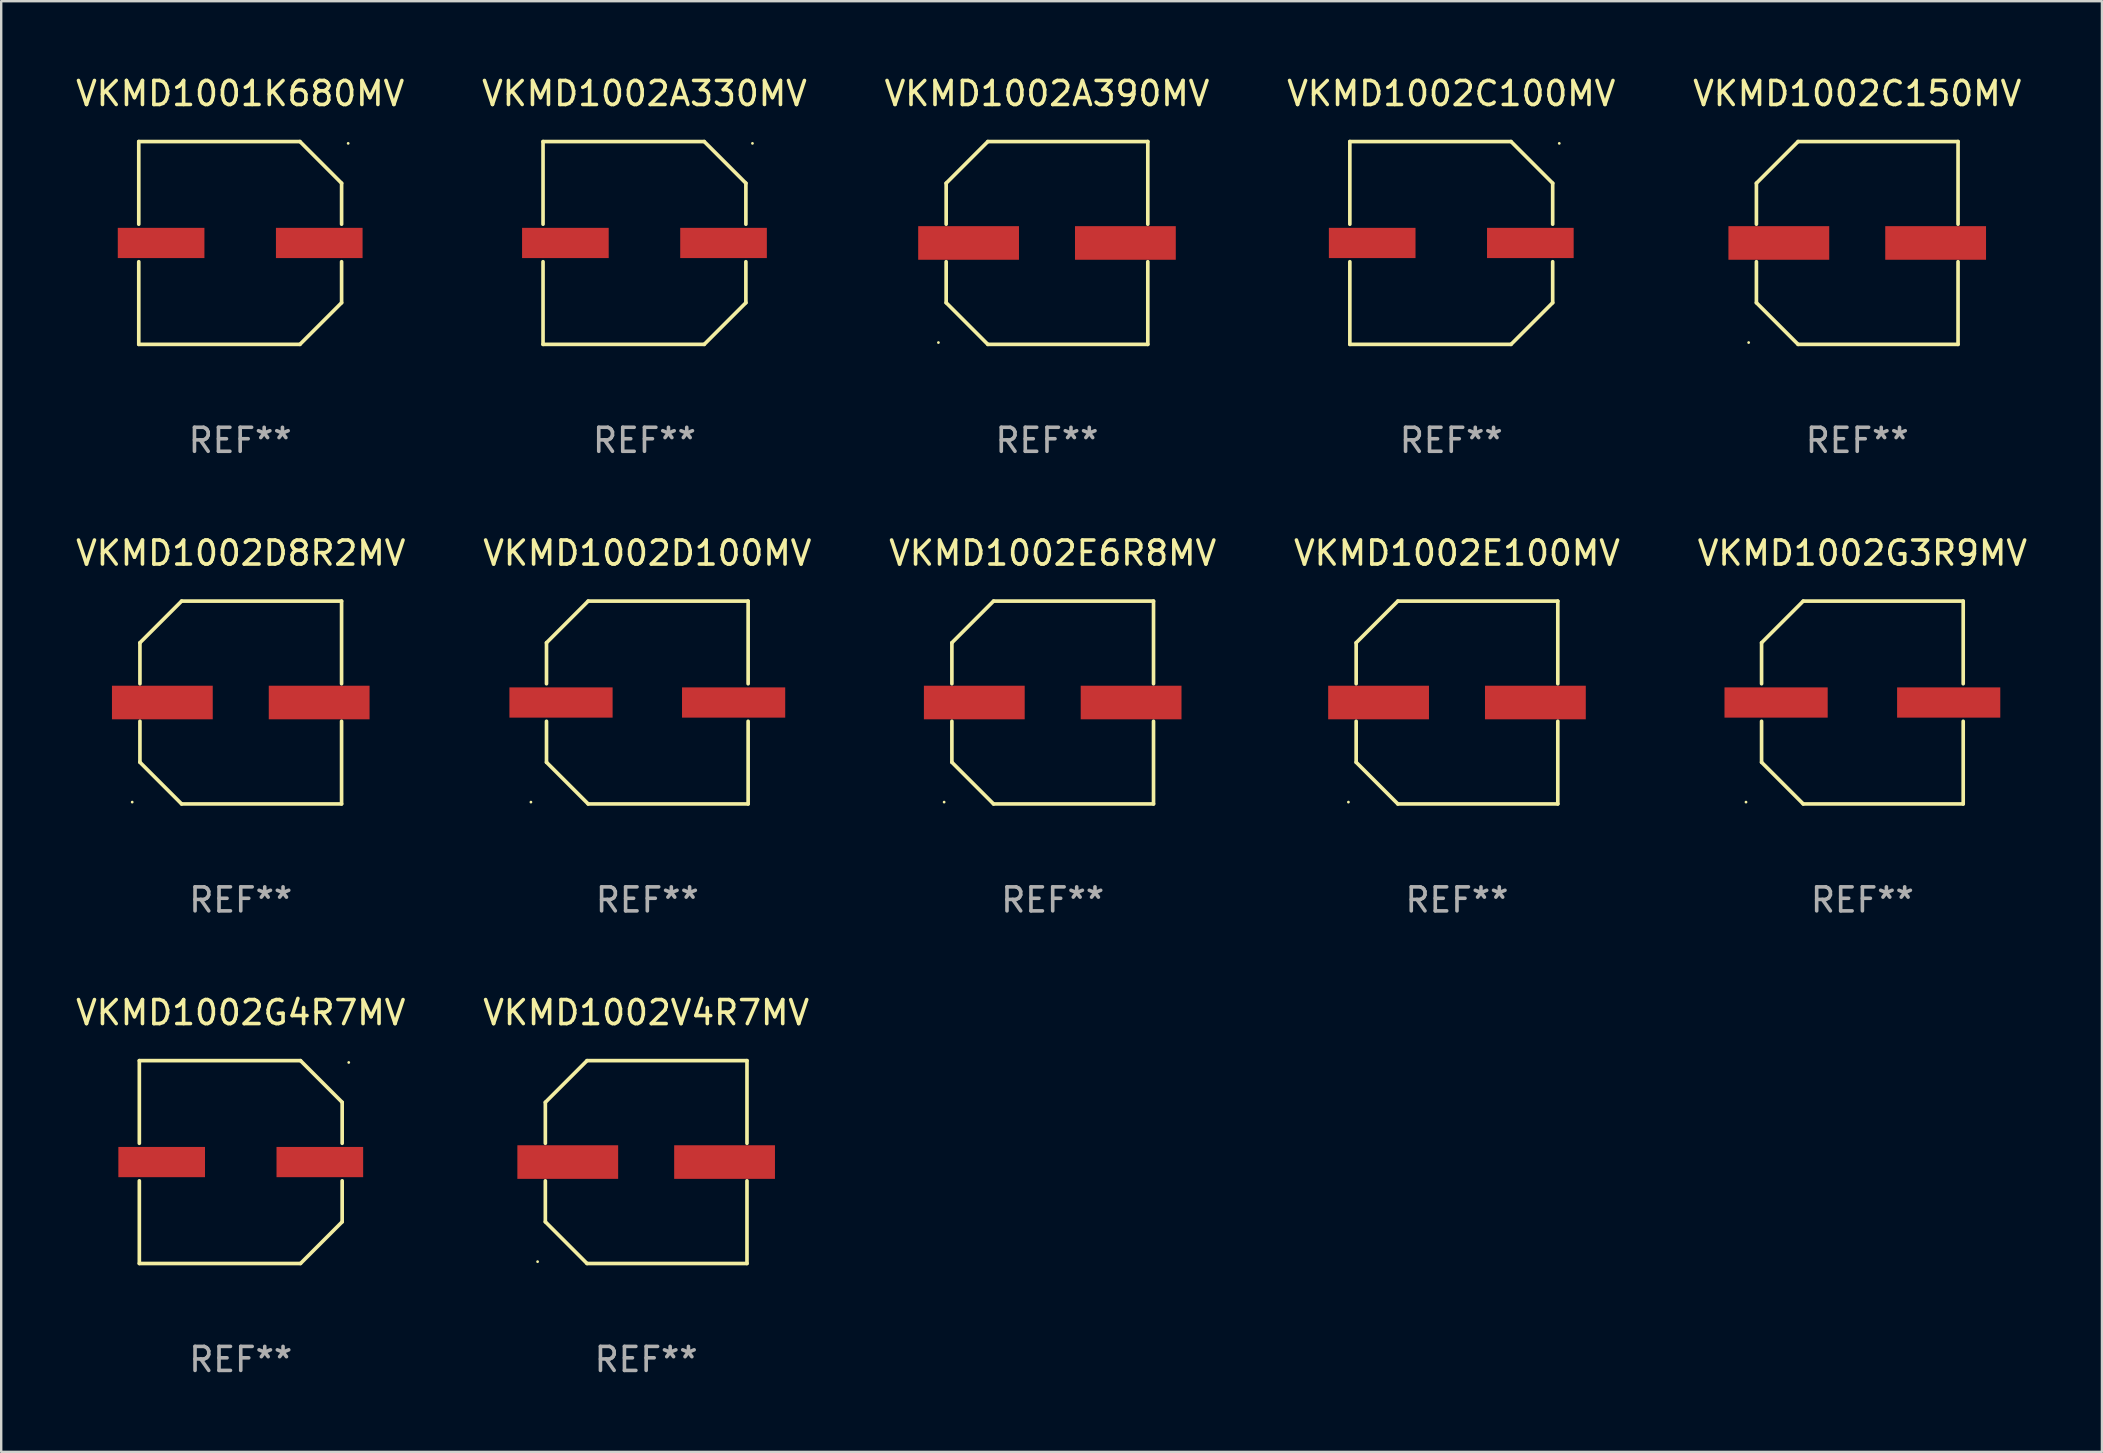
<source format=kicad_pcb>
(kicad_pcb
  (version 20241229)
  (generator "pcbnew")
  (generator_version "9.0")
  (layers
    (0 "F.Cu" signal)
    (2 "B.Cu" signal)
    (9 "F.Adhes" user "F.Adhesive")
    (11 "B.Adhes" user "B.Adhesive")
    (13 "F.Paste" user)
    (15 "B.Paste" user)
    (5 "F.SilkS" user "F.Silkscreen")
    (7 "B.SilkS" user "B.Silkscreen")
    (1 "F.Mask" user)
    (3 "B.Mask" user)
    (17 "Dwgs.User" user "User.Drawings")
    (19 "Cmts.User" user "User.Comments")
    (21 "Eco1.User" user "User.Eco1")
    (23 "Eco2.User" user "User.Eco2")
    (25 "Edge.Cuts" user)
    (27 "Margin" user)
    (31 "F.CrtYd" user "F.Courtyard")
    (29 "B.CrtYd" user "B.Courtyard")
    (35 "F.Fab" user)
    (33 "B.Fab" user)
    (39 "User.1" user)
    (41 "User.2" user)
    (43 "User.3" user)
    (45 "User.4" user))
  (footprint "VKMD1002A330MV"
    (layer "F.Cu")
    (at 23.804 7.074)
    (property "Reference" "VKMD1002A330MV" (at 0 -6.226 0) (layer "F.SilkS") (effects (font (size 1 1) (thickness 0.15))))
    (attr through_hole)
    (fp_line (start -4.226 -4.226) (end 2.49 -4.226) (stroke (width 0.152) (type solid)) (layer "F.SilkS"))
    (fp_line (start -4.226 -0.782) (end -4.226 -4.226) (stroke (width 0.152) (type solid)) (layer "F.SilkS"))
    (fp_line (start -4.226 0.782) (end -4.226 4.226) (stroke (width 0.152) (type solid)) (layer "F.SilkS"))
    (fp_line (start -4.226 4.226) (end 2.49 4.226) (stroke (width 0.152) (type solid)) (layer "F.SilkS"))
    (fp_line (start 2.49 -4.226) (end 4.226 -2.49) (stroke (width 0.152) (type solid)) (layer "F.SilkS"))
    (fp_line (start 2.49 4.226) (end 4.226 2.49) (stroke (width 0.152) (type solid)) (layer "F.SilkS"))
    (fp_line (start 4.226 -2.49) (end 4.226 -0.782) (stroke (width 0.152) (type solid)) (layer "F.SilkS"))
    (fp_line (start 4.226 2.49) (end 4.226 0.782) (stroke (width 0.152) (type solid)) (layer "F.SilkS"))
    (fp_circle (center 4.5 -4.15) (end 4.53 -4.15) (stroke (width 0.06) (type solid)) (fill no) (layer "F.SilkS"))
    (fp_text user "REF**" (at 0 8.226 0) (layer "F.Fab") (effects (font (size 1 1) (thickness 0.15))))
    (pad "1" smd rect (at 3.295 0 180) (size 3.61 1.26) (layers "F.Cu" "F.Mask" "F.Paste"))
    (pad "2" smd rect (at -3.295 0 180) (size 3.61 1.26) (layers "F.Cu" "F.Mask" "F.Paste")))
  (footprint "VKMD1001K680MV"
    (layer "F.Cu")
    (at 6.958 7.074)
    (property "Reference" "VKMD1001K680MV" (at 0 -6.226 0) (layer "F.SilkS") (effects (font (size 1 1) (thickness 0.15))))
    (attr through_hole)
    (fp_line (start -4.226 -4.226) (end 2.49 -4.226) (stroke (width 0.152) (type solid)) (layer "F.SilkS"))
    (fp_line (start -4.226 -0.782) (end -4.226 -4.226) (stroke (width 0.152) (type solid)) (layer "F.SilkS"))
    (fp_line (start -4.226 0.782) (end -4.226 4.226) (stroke (width 0.152) (type solid)) (layer "F.SilkS"))
    (fp_line (start -4.226 4.226) (end 2.49 4.226) (stroke (width 0.152) (type solid)) (layer "F.SilkS"))
    (fp_line (start 2.49 -4.226) (end 4.226 -2.49) (stroke (width 0.152) (type solid)) (layer "F.SilkS"))
    (fp_line (start 2.49 4.226) (end 4.226 2.49) (stroke (width 0.152) (type solid)) (layer "F.SilkS"))
    (fp_line (start 4.226 -2.49) (end 4.226 -0.782) (stroke (width 0.152) (type solid)) (layer "F.SilkS"))
    (fp_line (start 4.226 2.49) (end 4.226 0.782) (stroke (width 0.152) (type solid)) (layer "F.SilkS"))
    (fp_circle (center 4.5 -4.15) (end 4.53 -4.15) (stroke (width 0.06) (type solid)) (fill no) (layer "F.SilkS"))
    (fp_text user "REF**" (at 0 8.226 0) (layer "F.Fab") (effects (font (size 1 1) (thickness 0.15))))
    (pad "1" smd rect (at 3.295 0 180) (size 3.61 1.26) (layers "F.Cu" "F.Mask" "F.Paste"))
    (pad "2" smd rect (at -3.295 0 180) (size 3.61 1.26) (layers "F.Cu" "F.Mask" "F.Paste")))
  (footprint "VKMD1002G4R7MV"
    (layer "F.Cu")
    (at 6.982 45.372)
    (property "Reference" "VKMD1002G4R7MV" (at 0 -6.226 0) (layer "F.SilkS") (effects (font (size 1 1) (thickness 0.15))))
    (attr through_hole)
    (fp_line (start -4.226 -4.226) (end 2.49 -4.226) (stroke (width 0.152) (type solid)) (layer "F.SilkS"))
    (fp_line (start -4.226 -0.782) (end -4.226 -4.226) (stroke (width 0.152) (type solid)) (layer "F.SilkS"))
    (fp_line (start -4.226 0.782) (end -4.226 4.226) (stroke (width 0.152) (type solid)) (layer "F.SilkS"))
    (fp_line (start -4.226 4.226) (end 2.49 4.226) (stroke (width 0.152) (type solid)) (layer "F.SilkS"))
    (fp_line (start 2.49 -4.226) (end 4.226 -2.49) (stroke (width 0.152) (type solid)) (layer "F.SilkS"))
    (fp_line (start 2.49 4.226) (end 4.226 2.49) (stroke (width 0.152) (type solid)) (layer "F.SilkS"))
    (fp_line (start 4.226 -2.49) (end 4.226 -0.782) (stroke (width 0.152) (type solid)) (layer "F.SilkS"))
    (fp_line (start 4.226 2.49) (end 4.226 0.782) (stroke (width 0.152) (type solid)) (layer "F.SilkS"))
    (fp_circle (center 4.5 -4.15) (end 4.53 -4.15) (stroke (width 0.06) (type solid)) (fill no) (layer "F.SilkS"))
    (fp_text user "REF**" (at 0 8.226 0) (layer "F.Fab") (effects (font (size 1 1) (thickness 0.15))))
    (pad "1" smd rect (at 3.295 0 180) (size 3.61 1.26) (layers "F.Cu" "F.Mask" "F.Paste"))
    (pad "2" smd rect (at -3.295 0 180) (size 3.61 1.26) (layers "F.Cu" "F.Mask" "F.Paste")))
  (footprint "VKMD1002E6R8MV"
    (layer "F.Cu")
    (at 40.815 26.223)
    (property "Reference" "VKMD1002E6R8MV" (at 0 -6.226 0) (layer "F.SilkS") (effects (font (size 1 1) (thickness 0.15))))
    (attr through_hole)
    (fp_line (start -4.201 -2.49) (end -4.201 -0.782) (stroke (width 0.152) (type solid)) (layer "F.SilkS"))
    (fp_line (start -4.201 2.49) (end -4.201 0.782) (stroke (width 0.152) (type solid)) (layer "F.SilkS"))
    (fp_line (start -2.465 -4.226) (end -4.201 -2.49) (stroke (width 0.152) (type solid)) (layer "F.SilkS"))
    (fp_line (start -2.465 4.226) (end -4.201 2.49) (stroke (width 0.152) (type solid)) (layer "F.SilkS"))
    (fp_line (start 4.201 -4.226) (end -2.465 -4.226) (stroke (width 0.152) (type solid)) (layer "F.SilkS"))
    (fp_line (start 4.201 -0.782) (end 4.201 -4.226) (stroke (width 0.152) (type solid)) (layer "F.SilkS"))
    (fp_line (start 4.201 0.782) (end 4.201 4.226) (stroke (width 0.152) (type solid)) (layer "F.SilkS"))
    (fp_line (start 4.201 4.226) (end -2.465 4.226) (stroke (width 0.152) (type solid)) (layer "F.SilkS"))
    (fp_circle (center -4.524 4.15) (end -4.494 4.15) (stroke (width 0.06) (type solid)) (fill no) (layer "F.SilkS"))
    (fp_text user "REF**" (at 0 8.226 0) (layer "F.Fab") (effects (font (size 1 1) (thickness 0.15))))
    (pad "1" smd rect (at -3.267 0) (size 4.2 1.4) (layers "F.Cu" "F.Mask" "F.Paste"))
    (pad "2" smd rect (at 3.267 0) (size 4.2 1.4) (layers "F.Cu" "F.Mask" "F.Paste")))
  (footprint "VKMD1002D8R2MV"
    (layer "F.Cu")
    (at 6.982 26.223)
    (property "Reference" "VKMD1002D8R2MV" (at 0 -6.226 0) (layer "F.SilkS") (effects (font (size 1 1) (thickness 0.15))))
    (attr through_hole)
    (fp_line (start -4.201 -2.49) (end -4.201 -0.782) (stroke (width 0.152) (type solid)) (layer "F.SilkS"))
    (fp_line (start -4.201 2.49) (end -4.201 0.782) (stroke (width 0.152) (type solid)) (layer "F.SilkS"))
    (fp_line (start -2.465 -4.226) (end -4.201 -2.49) (stroke (width 0.152) (type solid)) (layer "F.SilkS"))
    (fp_line (start -2.465 4.226) (end -4.201 2.49) (stroke (width 0.152) (type solid)) (layer "F.SilkS"))
    (fp_line (start 4.201 -4.226) (end -2.465 -4.226) (stroke (width 0.152) (type solid)) (layer "F.SilkS"))
    (fp_line (start 4.201 -0.782) (end 4.201 -4.226) (stroke (width 0.152) (type solid)) (layer "F.SilkS"))
    (fp_line (start 4.201 0.782) (end 4.201 4.226) (stroke (width 0.152) (type solid)) (layer "F.SilkS"))
    (fp_line (start 4.201 4.226) (end -2.465 4.226) (stroke (width 0.152) (type solid)) (layer "F.SilkS"))
    (fp_circle (center -4.524 4.15) (end -4.494 4.15) (stroke (width 0.06) (type solid)) (fill no) (layer "F.SilkS"))
    (fp_text user "REF**" (at 0 8.226 0) (layer "F.Fab") (effects (font (size 1 1) (thickness 0.15))))
    (pad "1" smd rect (at -3.267 0) (size 4.2 1.4) (layers "F.Cu" "F.Mask" "F.Paste"))
    (pad "2" smd rect (at 3.267 0) (size 4.2 1.4) (layers "F.Cu" "F.Mask" "F.Paste")))
  (footprint "VKMD1002C150MV"
    (layer "F.Cu")
    (at 74.339 7.074)
    (property "Reference" "VKMD1002C150MV" (at 0 -6.226 0) (layer "F.SilkS") (effects (font (size 1 1) (thickness 0.15))))
    (attr through_hole)
    (fp_line (start -4.201 -2.49) (end -4.201 -0.782) (stroke (width 0.152) (type solid)) (layer "F.SilkS"))
    (fp_line (start -4.201 2.49) (end -4.201 0.782) (stroke (width 0.152) (type solid)) (layer "F.SilkS"))
    (fp_line (start -2.465 -4.226) (end -4.201 -2.49) (stroke (width 0.152) (type solid)) (layer "F.SilkS"))
    (fp_line (start -2.465 4.226) (end -4.201 2.49) (stroke (width 0.152) (type solid)) (layer "F.SilkS"))
    (fp_line (start 4.201 -4.226) (end -2.465 -4.226) (stroke (width 0.152) (type solid)) (layer "F.SilkS"))
    (fp_line (start 4.201 -0.782) (end 4.201 -4.226) (stroke (width 0.152) (type solid)) (layer "F.SilkS"))
    (fp_line (start 4.201 0.782) (end 4.201 4.226) (stroke (width 0.152) (type solid)) (layer "F.SilkS"))
    (fp_line (start 4.201 4.226) (end -2.465 4.226) (stroke (width 0.152) (type solid)) (layer "F.SilkS"))
    (fp_circle (center -4.524 4.15) (end -4.494 4.15) (stroke (width 0.06) (type solid)) (fill no) (layer "F.SilkS"))
    (fp_text user "REF**" (at 0 8.226 0) (layer "F.Fab") (effects (font (size 1 1) (thickness 0.15))))
    (pad "1" smd rect (at -3.267 0) (size 4.2 1.4) (layers "F.Cu" "F.Mask" "F.Paste"))
    (pad "2" smd rect (at 3.267 0) (size 4.2 1.4) (layers "F.Cu" "F.Mask" "F.Paste")))
  (footprint "VKMD1002A390MV"
    (layer "F.Cu")
    (at 40.577 7.074)
    (property "Reference" "VKMD1002A390MV" (at 0 -6.226 0) (layer "F.SilkS") (effects (font (size 1 1) (thickness 0.15))))
    (attr through_hole)
    (fp_line (start -4.201 -2.49) (end -4.201 -0.782) (stroke (width 0.152) (type solid)) (layer "F.SilkS"))
    (fp_line (start -4.201 2.49) (end -4.201 0.782) (stroke (width 0.152) (type solid)) (layer "F.SilkS"))
    (fp_line (start -2.465 -4.226) (end -4.201 -2.49) (stroke (width 0.152) (type solid)) (layer "F.SilkS"))
    (fp_line (start -2.465 4.226) (end -4.201 2.49) (stroke (width 0.152) (type solid)) (layer "F.SilkS"))
    (fp_line (start 4.201 -4.226) (end -2.465 -4.226) (stroke (width 0.152) (type solid)) (layer "F.SilkS"))
    (fp_line (start 4.201 -0.782) (end 4.201 -4.226) (stroke (width 0.152) (type solid)) (layer "F.SilkS"))
    (fp_line (start 4.201 0.782) (end 4.201 4.226) (stroke (width 0.152) (type solid)) (layer "F.SilkS"))
    (fp_line (start 4.201 4.226) (end -2.465 4.226) (stroke (width 0.152) (type solid)) (layer "F.SilkS"))
    (fp_circle (center -4.524 4.15) (end -4.494 4.15) (stroke (width 0.06) (type solid)) (fill no) (layer "F.SilkS"))
    (fp_text user "REF**" (at 0 8.226 0) (layer "F.Fab") (effects (font (size 1 1) (thickness 0.15))))
    (pad "1" smd rect (at -3.267 0) (size 4.2 1.4) (layers "F.Cu" "F.Mask" "F.Paste"))
    (pad "2" smd rect (at 3.267 0) (size 4.2 1.4) (layers "F.Cu" "F.Mask" "F.Paste")))
  (footprint "VKMD1002C100MV"
    (layer "F.Cu")
    (at 57.423 7.074)
    (property "Reference" "VKMD1002C100MV" (at 0 -6.226 0) (layer "F.SilkS") (effects (font (size 1 1) (thickness 0.15))))
    (attr through_hole)
    (fp_line (start -4.226 -4.226) (end 2.49 -4.226) (stroke (width 0.152) (type solid)) (layer "F.SilkS"))
    (fp_line (start -4.226 -0.782) (end -4.226 -4.226) (stroke (width 0.152) (type solid)) (layer "F.SilkS"))
    (fp_line (start -4.226 0.782) (end -4.226 4.226) (stroke (width 0.152) (type solid)) (layer "F.SilkS"))
    (fp_line (start -4.226 4.226) (end 2.49 4.226) (stroke (width 0.152) (type solid)) (layer "F.SilkS"))
    (fp_line (start 2.49 -4.226) (end 4.226 -2.49) (stroke (width 0.152) (type solid)) (layer "F.SilkS"))
    (fp_line (start 2.49 4.226) (end 4.226 2.49) (stroke (width 0.152) (type solid)) (layer "F.SilkS"))
    (fp_line (start 4.226 -2.49) (end 4.226 -0.782) (stroke (width 0.152) (type solid)) (layer "F.SilkS"))
    (fp_line (start 4.226 2.49) (end 4.226 0.782) (stroke (width 0.152) (type solid)) (layer "F.SilkS"))
    (fp_circle (center 4.5 -4.15) (end 4.53 -4.15) (stroke (width 0.06) (type solid)) (fill no) (layer "F.SilkS"))
    (fp_text user "REF**" (at 0 8.226 0) (layer "F.Fab") (effects (font (size 1 1) (thickness 0.15))))
    (pad "1" smd rect (at 3.295 0 180) (size 3.61 1.26) (layers "F.Cu" "F.Mask" "F.Paste"))
    (pad "2" smd rect (at -3.295 0 180) (size 3.61 1.26) (layers "F.Cu" "F.Mask" "F.Paste")))
  (footprint "VKMD1002D100MV"
    (layer "F.Cu")
    (at 23.923 26.223)
    (property "Reference" "VKMD1002D100MV" (at 0 -6.226 0) (layer "F.SilkS") (effects (font (size 1 1) (thickness 0.15))))
    (attr through_hole)
    (fp_line (start -4.201 -2.49) (end -4.201 -0.782) (stroke (width 0.152) (type solid)) (layer "F.SilkS"))
    (fp_line (start -4.201 2.49) (end -4.201 0.782) (stroke (width 0.152) (type solid)) (layer "F.SilkS"))
    (fp_line (start -2.465 -4.226) (end -4.201 -2.49) (stroke (width 0.152) (type solid)) (layer "F.SilkS"))
    (fp_line (start -2.465 4.226) (end -4.201 2.49) (stroke (width 0.152) (type solid)) (layer "F.SilkS"))
    (fp_line (start 4.201 -4.226) (end -2.465 -4.226) (stroke (width 0.152) (type solid)) (layer "F.SilkS"))
    (fp_line (start 4.201 -0.782) (end 4.201 -4.226) (stroke (width 0.152) (type solid)) (layer "F.SilkS"))
    (fp_line (start 4.201 0.782) (end 4.201 4.226) (stroke (width 0.152) (type solid)) (layer "F.SilkS"))
    (fp_line (start 4.201 4.226) (end -2.465 4.226) (stroke (width 0.152) (type solid)) (layer "F.SilkS"))
    (fp_circle (center -4.85 4.15) (end -4.82 4.15) (stroke (width 0.06) (type solid)) (fill no) (layer "F.SilkS"))
    (fp_text user "REF**" (at 0 8.226 0) (layer "F.Fab") (effects (font (size 1 1) (thickness 0.15))))
    (pad "1" smd rect (at -3.596 0.000127) (size 4.3 1.26) (layers "F.Cu" "F.Mask" "F.Paste"))
    (pad "2" smd rect (at 3.596 0.000127) (size 4.3 1.26) (layers "F.Cu" "F.Mask" "F.Paste")))
  (footprint "VKMD1002G3R9MV"
    (layer "F.Cu")
    (at 74.554 26.223)
    (property "Reference" "VKMD1002G3R9MV" (at 0 -6.226 0) (layer "F.SilkS") (effects (font (size 1 1) (thickness 0.15))))
    (attr through_hole)
    (fp_line (start -4.201 -2.49) (end -4.201 -0.782) (stroke (width 0.152) (type solid)) (layer "F.SilkS"))
    (fp_line (start -4.201 2.49) (end -4.201 0.782) (stroke (width 0.152) (type solid)) (layer "F.SilkS"))
    (fp_line (start -2.465 -4.226) (end -4.201 -2.49) (stroke (width 0.152) (type solid)) (layer "F.SilkS"))
    (fp_line (start -2.465 4.226) (end -4.201 2.49) (stroke (width 0.152) (type solid)) (layer "F.SilkS"))
    (fp_line (start 4.201 -4.226) (end -2.465 -4.226) (stroke (width 0.152) (type solid)) (layer "F.SilkS"))
    (fp_line (start 4.201 -0.782) (end 4.201 -4.226) (stroke (width 0.152) (type solid)) (layer "F.SilkS"))
    (fp_line (start 4.201 0.782) (end 4.201 4.226) (stroke (width 0.152) (type solid)) (layer "F.SilkS"))
    (fp_line (start 4.201 4.226) (end -2.465 4.226) (stroke (width 0.152) (type solid)) (layer "F.SilkS"))
    (fp_circle (center -4.85 4.15) (end -4.82 4.15) (stroke (width 0.06) (type solid)) (fill no) (layer "F.SilkS"))
    (fp_text user "REF**" (at 0 8.226 0) (layer "F.Fab") (effects (font (size 1 1) (thickness 0.15))))
    (pad "1" smd rect (at -3.596 0.000127) (size 4.3 1.26) (layers "F.Cu" "F.Mask" "F.Paste"))
    (pad "2" smd rect (at 3.596 0.000127) (size 4.3 1.26) (layers "F.Cu" "F.Mask" "F.Paste")))
  (footprint "VKMD1002E100MV"
    (layer "F.Cu")
    (at 57.661 26.223)
    (property "Reference" "VKMD1002E100MV" (at 0 -6.226 0) (layer "F.SilkS") (effects (font (size 1 1) (thickness 0.15))))
    (attr through_hole)
    (fp_line (start -4.201 -2.49) (end -4.201 -0.782) (stroke (width 0.152) (type solid)) (layer "F.SilkS"))
    (fp_line (start -4.201 2.49) (end -4.201 0.782) (stroke (width 0.152) (type solid)) (layer "F.SilkS"))
    (fp_line (start -2.465 -4.226) (end -4.201 -2.49) (stroke (width 0.152) (type solid)) (layer "F.SilkS"))
    (fp_line (start -2.465 4.226) (end -4.201 2.49) (stroke (width 0.152) (type solid)) (layer "F.SilkS"))
    (fp_line (start 4.201 -4.226) (end -2.465 -4.226) (stroke (width 0.152) (type solid)) (layer "F.SilkS"))
    (fp_line (start 4.201 -0.782) (end 4.201 -4.226) (stroke (width 0.152) (type solid)) (layer "F.SilkS"))
    (fp_line (start 4.201 0.782) (end 4.201 4.226) (stroke (width 0.152) (type solid)) (layer "F.SilkS"))
    (fp_line (start 4.201 4.226) (end -2.465 4.226) (stroke (width 0.152) (type solid)) (layer "F.SilkS"))
    (fp_circle (center -4.524 4.15) (end -4.494 4.15) (stroke (width 0.06) (type solid)) (fill no) (layer "F.SilkS"))
    (fp_text user "REF**" (at 0 8.226 0) (layer "F.Fab") (effects (font (size 1 1) (thickness 0.15))))
    (pad "1" smd rect (at -3.267 0) (size 4.2 1.4) (layers "F.Cu" "F.Mask" "F.Paste"))
    (pad "2" smd rect (at 3.267 0) (size 4.2 1.4) (layers "F.Cu" "F.Mask" "F.Paste")))
  (footprint "VKMD1002V4R7MV"
    (layer "F.Cu")
    (at 23.875 45.372)
    (property "Reference" "VKMD1002V4R7MV" (at 0 -6.226 0) (layer "F.SilkS") (effects (font (size 1 1) (thickness 0.15))))
    (attr through_hole)
    (fp_line (start -4.201 -2.49) (end -4.201 -0.782) (stroke (width 0.152) (type solid)) (layer "F.SilkS"))
    (fp_line (start -4.201 2.49) (end -4.201 0.782) (stroke (width 0.152) (type solid)) (layer "F.SilkS"))
    (fp_line (start -2.465 -4.226) (end -4.201 -2.49) (stroke (width 0.152) (type solid)) (layer "F.SilkS"))
    (fp_line (start -2.465 4.226) (end -4.201 2.49) (stroke (width 0.152) (type solid)) (layer "F.SilkS"))
    (fp_line (start 4.201 -4.226) (end -2.465 -4.226) (stroke (width 0.152) (type solid)) (layer "F.SilkS"))
    (fp_line (start 4.201 -0.782) (end 4.201 -4.226) (stroke (width 0.152) (type solid)) (layer "F.SilkS"))
    (fp_line (start 4.201 0.782) (end 4.201 4.226) (stroke (width 0.152) (type solid)) (layer "F.SilkS"))
    (fp_line (start 4.201 4.226) (end -2.465 4.226) (stroke (width 0.152) (type solid)) (layer "F.SilkS"))
    (fp_circle (center -4.524 4.15) (end -4.494 4.15) (stroke (width 0.06) (type solid)) (fill no) (layer "F.SilkS"))
    (fp_text user "REF**" (at 0 8.226 0) (layer "F.Fab") (effects (font (size 1 1) (thickness 0.15))))
    (pad "1" smd rect (at -3.267 0) (size 4.2 1.4) (layers "F.Cu" "F.Mask" "F.Paste"))
    (pad "2" smd rect (at 3.267 0) (size 4.2 1.4) (layers "F.Cu" "F.Mask" "F.Paste")))
  (gr_rect
    (start -3 -3)
    (end 84.536 57.447)
    (stroke (width 0.1) (type default))
    (fill no)
    (layer "Edge.Cuts")))
</source>
